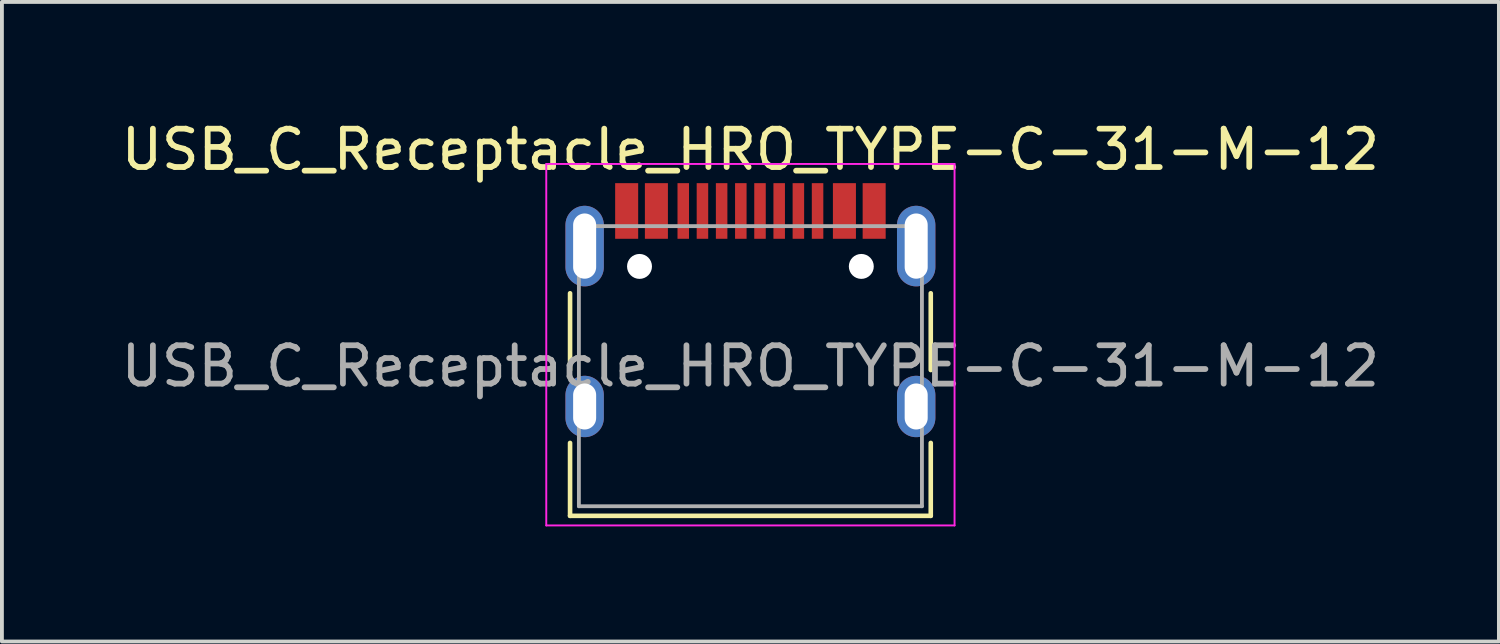
<source format=kicad_pcb>
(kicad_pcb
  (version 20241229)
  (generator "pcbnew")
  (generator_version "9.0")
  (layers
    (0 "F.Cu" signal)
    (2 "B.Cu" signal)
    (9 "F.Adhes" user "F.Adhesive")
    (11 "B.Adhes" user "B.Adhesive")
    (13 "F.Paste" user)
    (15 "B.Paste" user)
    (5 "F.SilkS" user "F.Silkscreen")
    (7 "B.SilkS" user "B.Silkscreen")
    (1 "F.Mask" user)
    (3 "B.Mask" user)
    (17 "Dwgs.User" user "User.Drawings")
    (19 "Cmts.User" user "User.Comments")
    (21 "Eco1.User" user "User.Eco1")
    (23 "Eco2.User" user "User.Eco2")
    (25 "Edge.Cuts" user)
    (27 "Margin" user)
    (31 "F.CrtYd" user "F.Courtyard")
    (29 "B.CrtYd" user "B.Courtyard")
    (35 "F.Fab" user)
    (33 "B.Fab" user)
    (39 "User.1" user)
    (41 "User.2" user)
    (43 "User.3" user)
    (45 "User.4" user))
  (footprint "USB_C_Receptacle_HRO_TYPE-C-31-M-12"
    (layer "F.Cu")
    (at 16.506 6.493)
    (property "Reference" "USB_C_Receptacle_HRO_TYPE-C-31-M-12" (at 0 -5.645 0) (layer "F.SilkS") (effects (font (size 1 1) (thickness 0.15))))
    (attr smd)
    (fp_line (start -4.7 -1.9) (end -4.7 0.1) (stroke (width 0.12) (type solid)) (layer "F.SilkS"))
    (fp_line (start -4.7 2) (end -4.7 3.9) (stroke (width 0.12) (type solid)) (layer "F.SilkS"))
    (fp_line (start -4.7 3.9) (end 4.7 3.9) (stroke (width 0.12) (type solid)) (layer "F.SilkS"))
    (fp_line (start 4.7 -1.9) (end 4.7 0.1) (stroke (width 0.12) (type solid)) (layer "F.SilkS"))
    (fp_line (start 4.7 2) (end 4.7 3.9) (stroke (width 0.12) (type solid)) (layer "F.SilkS"))
    (fp_line (start -5.32 -5.27) (end -5.32 4.15) (stroke (width 0.05) (type solid)) (layer "F.CrtYd"))
    (fp_line (start -5.32 -5.27) (end 5.32 -5.27) (stroke (width 0.05) (type solid)) (layer "F.CrtYd"))
    (fp_line (start -5.32 4.15) (end 5.32 4.15) (stroke (width 0.05) (type solid)) (layer "F.CrtYd"))
    (fp_line (start 5.32 -5.27) (end 5.32 4.15) (stroke (width 0.05) (type solid)) (layer "F.CrtYd"))
    (fp_line (start -4.47 -3.65) (end -4.47 3.65) (stroke (width 0.1) (type solid)) (layer "F.Fab"))
    (fp_line (start -4.47 -3.65) (end 4.47 -3.65) (stroke (width 0.1) (type solid)) (layer "F.Fab"))
    (fp_line (start -4.47 3.65) (end 4.47 3.65) (stroke (width 0.1) (type solid)) (layer "F.Fab"))
    (fp_line (start 4.47 -3.65) (end 4.47 3.65) (stroke (width 0.1) (type solid)) (layer "F.Fab"))
    (fp_text user "${REFERENCE}" (at 0 0 0) (layer "F.Fab") (effects (font (size 1 1) (thickness 0.15))))
    (pad "" np_thru_hole circle (at -2.89 -2.6) (size 0.65 0.65) (drill 0.65) (layers "*.Cu" "*.Mask"))
    (pad "" np_thru_hole circle (at 2.89 -2.6) (size 0.65 0.65) (drill 0.65) (layers "*.Cu" "*.Mask"))
    (pad "1" smd rect (at -3.225 -4.045) (size 0.6 1.45) (layers "F.Cu" "F.Mask" "F.Paste"))
    (pad "2" smd rect (at -2.45 -4.045) (size 0.6 1.45) (layers "F.Cu" "F.Mask" "F.Paste"))
    (pad "3" smd rect (at -1.75 -4.045) (size 0.3 1.45) (layers "F.Cu" "F.Mask" "F.Paste"))
    (pad "4" smd rect (at -1.25 -4.045) (size 0.3 1.45) (layers "F.Cu" "F.Mask" "F.Paste"))
    (pad "5" smd rect (at -0.75 -4.045) (size 0.3 1.45) (layers "F.Cu" "F.Mask" "F.Paste"))
    (pad "6" smd rect (at -0.25 -4.045) (size 0.3 1.45) (layers "F.Cu" "F.Mask" "F.Paste"))
    (pad "7" smd rect (at 0.25 -4.045) (size 0.3 1.45) (layers "F.Cu" "F.Mask" "F.Paste"))
    (pad "8" smd rect (at 0.75 -4.045) (size 0.3 1.45) (layers "F.Cu" "F.Mask" "F.Paste"))
    (pad "9" smd rect (at 1.25 -4.045) (size 0.3 1.45) (layers "F.Cu" "F.Mask" "F.Paste"))
    (pad "10" smd rect (at 1.75 -4.045) (size 0.3 1.45) (layers "F.Cu" "F.Mask" "F.Paste"))
    (pad "11" smd rect (at 2.45 -4.045) (size 0.6 1.45) (layers "F.Cu" "F.Mask" "F.Paste"))
    (pad "12" smd rect (at 3.225 -4.045) (size 0.6 1.45) (layers "F.Cu" "F.Mask" "F.Paste"))
    (pad "13" thru_hole oval (at -4.32 -3.13) (size 1 2.1) (drill oval 0.6 1.7) (layers "*.Cu" "*.Mask"))
    (pad "13" thru_hole oval (at -4.32 1.05) (size 1 1.6) (drill oval 0.6 1.2) (layers "*.Cu" "*.Mask"))
    (pad "13" thru_hole oval (at 4.32 -3.13) (size 1 2.1) (drill oval 0.6 1.7) (layers "*.Cu" "*.Mask"))
    (pad "13" thru_hole oval (at 4.32 1.05) (size 1 1.6) (drill oval 0.6 1.2) (layers "*.Cu" "*.Mask")))
  (gr_rect
    (start -3 -3)
    (end 36.012 13.668)
    (stroke (width 0.1) (type default))
    (fill no)
    (layer "Edge.Cuts")))
</source>
